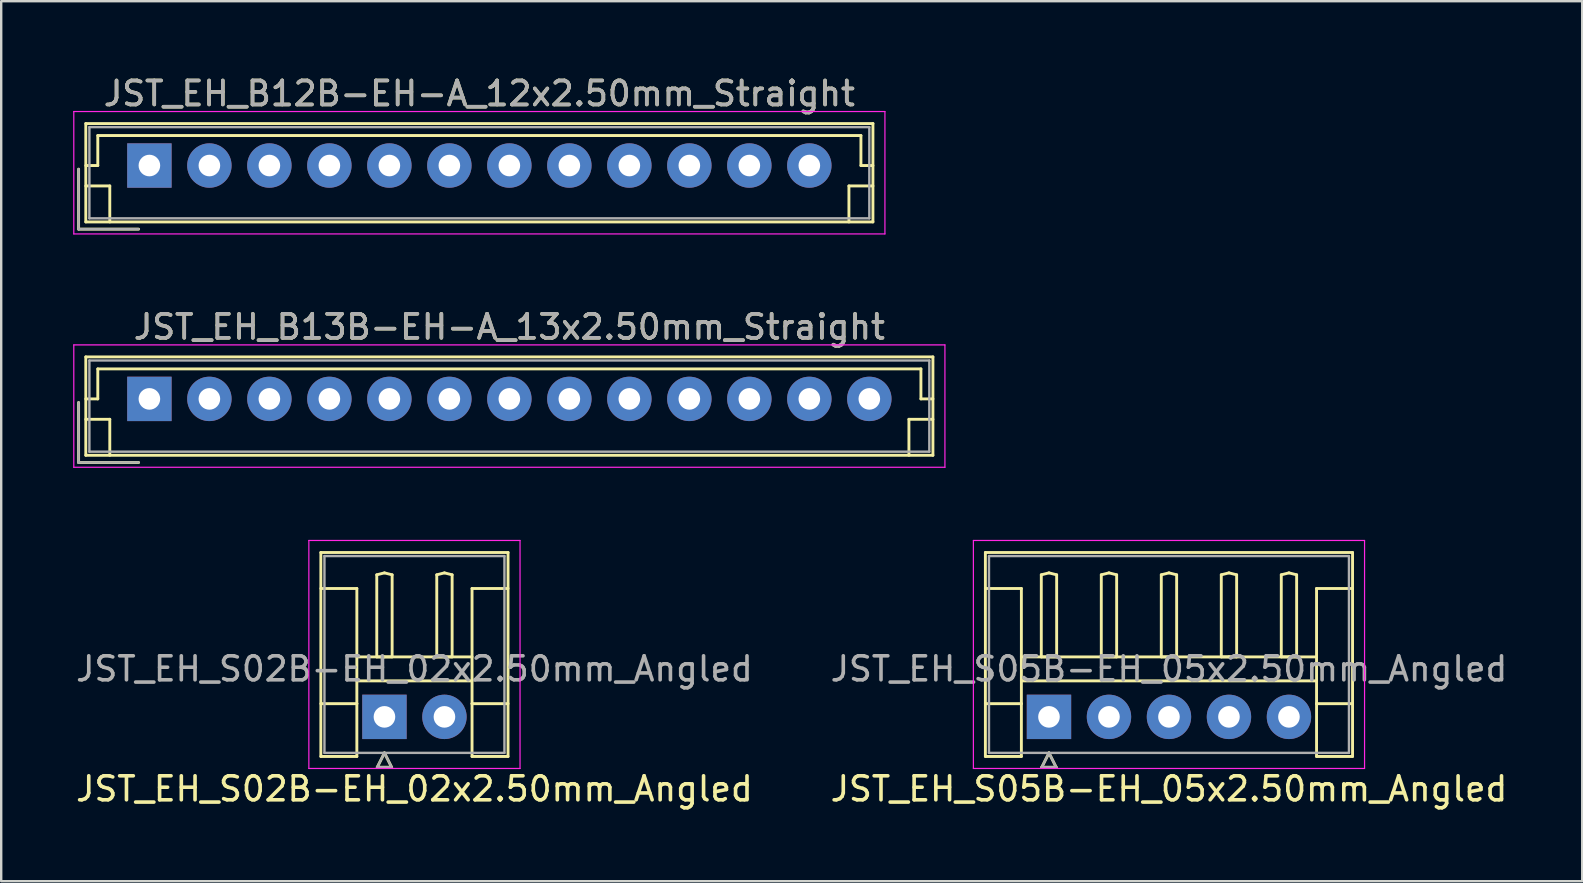
<source format=kicad_pcb>
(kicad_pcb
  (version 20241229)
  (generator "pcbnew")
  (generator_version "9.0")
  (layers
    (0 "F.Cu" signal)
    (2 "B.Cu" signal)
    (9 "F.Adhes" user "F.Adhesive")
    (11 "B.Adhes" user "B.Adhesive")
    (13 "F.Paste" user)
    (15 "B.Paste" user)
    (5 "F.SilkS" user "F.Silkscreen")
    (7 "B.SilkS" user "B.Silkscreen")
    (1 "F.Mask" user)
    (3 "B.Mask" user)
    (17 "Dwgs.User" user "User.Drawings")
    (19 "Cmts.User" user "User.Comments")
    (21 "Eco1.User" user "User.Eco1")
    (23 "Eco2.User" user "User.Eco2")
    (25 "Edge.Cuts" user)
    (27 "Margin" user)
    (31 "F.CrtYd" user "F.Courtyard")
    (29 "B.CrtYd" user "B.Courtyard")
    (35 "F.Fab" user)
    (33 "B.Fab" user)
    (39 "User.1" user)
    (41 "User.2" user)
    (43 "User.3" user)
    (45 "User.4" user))
  (footprint "JST_EH_S05B-EH_05x2.50mm_Angled"
    (layer "F.Cu")
    (at 40.661 26.822)
    (property "Reference" "JST_EH_S05B-EH_05x2.50mm_Angled" (at 5 3 0) (layer "F.SilkS") (effects (font (size 1 1) (thickness 0.15))))
    (attr through_hole)
    (fp_line (start -2.65 -6.85) (end 12.65 -6.85) (stroke (width 0.12) (type solid)) (layer "F.SilkS"))
    (fp_line (start -2.65 -5.35) (end -1.15 -5.35) (stroke (width 0.12) (type solid)) (layer "F.SilkS"))
    (fp_line (start -2.65 1.65) (end -2.65 -6.85) (stroke (width 0.12) (type solid)) (layer "F.SilkS"))
    (fp_line (start -1.15 -5.35) (end -1.15 -0.55) (stroke (width 0.12) (type solid)) (layer "F.SilkS"))
    (fp_line (start -1.15 -2.5) (end 11.15 -2.5) (stroke (width 0.12) (type solid)) (layer "F.SilkS"))
    (fp_line (start -1.15 -1.5) (end 11.15 -1.5) (stroke (width 0.12) (type solid)) (layer "F.SilkS"))
    (fp_line (start -1.15 -0.55) (end -2.65 -0.55) (stroke (width 0.12) (type solid)) (layer "F.SilkS"))
    (fp_line (start -1.15 -0.55) (end -1.15 1.65) (stroke (width 0.12) (type solid)) (layer "F.SilkS"))
    (fp_line (start -1.15 1.65) (end -2.65 1.65) (stroke (width 0.12) (type solid)) (layer "F.SilkS"))
    (fp_line (start -0.32 -5.92) (end 0 -6) (stroke (width 0.12) (type solid)) (layer "F.SilkS"))
    (fp_line (start -0.32 -2.5) (end -0.32 -5.92) (stroke (width 0.12) (type solid)) (layer "F.SilkS"))
    (fp_line (start -0.3 2.1) (end 0.3 2.1) (stroke (width 0.12) (type solid)) (layer "F.SilkS"))
    (fp_line (start 0 -6) (end 0.32 -5.92) (stroke (width 0.12) (type solid)) (layer "F.SilkS"))
    (fp_line (start 0 -2.5) (end -0.32 -2.5) (stroke (width 0.12) (type solid)) (layer "F.SilkS"))
    (fp_line (start 0 1.5) (end -0.3 2.1) (stroke (width 0.12) (type solid)) (layer "F.SilkS"))
    (fp_line (start 0.3 2.1) (end 0 1.5) (stroke (width 0.12) (type solid)) (layer "F.SilkS"))
    (fp_line (start 0.32 -5.92) (end 0.32 -2.5) (stroke (width 0.12) (type solid)) (layer "F.SilkS"))
    (fp_line (start 0.32 -2.5) (end 0 -2.5) (stroke (width 0.12) (type solid)) (layer "F.SilkS"))
    (fp_line (start 2.18 -5.92) (end 2.5 -6) (stroke (width 0.12) (type solid)) (layer "F.SilkS"))
    (fp_line (start 2.18 -2.5) (end 2.18 -5.92) (stroke (width 0.12) (type solid)) (layer "F.SilkS"))
    (fp_line (start 2.5 -6) (end 2.82 -5.92) (stroke (width 0.12) (type solid)) (layer "F.SilkS"))
    (fp_line (start 2.5 -2.5) (end 2.18 -2.5) (stroke (width 0.12) (type solid)) (layer "F.SilkS"))
    (fp_line (start 2.82 -5.92) (end 2.82 -2.5) (stroke (width 0.12) (type solid)) (layer "F.SilkS"))
    (fp_line (start 2.82 -2.5) (end 2.5 -2.5) (stroke (width 0.12) (type solid)) (layer "F.SilkS"))
    (fp_line (start 4.68 -5.92) (end 5 -6) (stroke (width 0.12) (type solid)) (layer "F.SilkS"))
    (fp_line (start 4.68 -2.5) (end 4.68 -5.92) (stroke (width 0.12) (type solid)) (layer "F.SilkS"))
    (fp_line (start 5 -6) (end 5.32 -5.92) (stroke (width 0.12) (type solid)) (layer "F.SilkS"))
    (fp_line (start 5 -2.5) (end 4.68 -2.5) (stroke (width 0.12) (type solid)) (layer "F.SilkS"))
    (fp_line (start 5.32 -5.92) (end 5.32 -2.5) (stroke (width 0.12) (type solid)) (layer "F.SilkS"))
    (fp_line (start 5.32 -2.5) (end 5 -2.5) (stroke (width 0.12) (type solid)) (layer "F.SilkS"))
    (fp_line (start 7.18 -5.92) (end 7.5 -6) (stroke (width 0.12) (type solid)) (layer "F.SilkS"))
    (fp_line (start 7.18 -2.5) (end 7.18 -5.92) (stroke (width 0.12) (type solid)) (layer "F.SilkS"))
    (fp_line (start 7.5 -6) (end 7.82 -5.92) (stroke (width 0.12) (type solid)) (layer "F.SilkS"))
    (fp_line (start 7.5 -2.5) (end 7.18 -2.5) (stroke (width 0.12) (type solid)) (layer "F.SilkS"))
    (fp_line (start 7.82 -5.92) (end 7.82 -2.5) (stroke (width 0.12) (type solid)) (layer "F.SilkS"))
    (fp_line (start 7.82 -2.5) (end 7.5 -2.5) (stroke (width 0.12) (type solid)) (layer "F.SilkS"))
    (fp_line (start 9.68 -5.92) (end 10 -6) (stroke (width 0.12) (type solid)) (layer "F.SilkS"))
    (fp_line (start 9.68 -2.5) (end 9.68 -5.92) (stroke (width 0.12) (type solid)) (layer "F.SilkS"))
    (fp_line (start 10 -6) (end 10.32 -5.92) (stroke (width 0.12) (type solid)) (layer "F.SilkS"))
    (fp_line (start 10 -2.5) (end 9.68 -2.5) (stroke (width 0.12) (type solid)) (layer "F.SilkS"))
    (fp_line (start 10.32 -5.92) (end 10.32 -2.5) (stroke (width 0.12) (type solid)) (layer "F.SilkS"))
    (fp_line (start 10.32 -2.5) (end 10 -2.5) (stroke (width 0.12) (type solid)) (layer "F.SilkS"))
    (fp_line (start 11.15 -5.35) (end 11.15 -0.55) (stroke (width 0.12) (type solid)) (layer "F.SilkS"))
    (fp_line (start 11.15 -0.55) (end 12.65 -0.55) (stroke (width 0.12) (type solid)) (layer "F.SilkS"))
    (fp_line (start 11.15 1.65) (end 11.15 -0.55) (stroke (width 0.12) (type solid)) (layer "F.SilkS"))
    (fp_line (start 12.65 -6.85) (end 12.65 1.65) (stroke (width 0.12) (type solid)) (layer "F.SilkS"))
    (fp_line (start 12.65 -5.35) (end 11.15 -5.35) (stroke (width 0.12) (type solid)) (layer "F.SilkS"))
    (fp_line (start 12.65 1.65) (end 11.15 1.65) (stroke (width 0.12) (type solid)) (layer "F.SilkS"))
    (fp_line (start -3.15 -7.35) (end -3.15 2.15) (stroke (width 0.05) (type solid)) (layer "F.CrtYd"))
    (fp_line (start -3.15 2.15) (end 13.15 2.15) (stroke (width 0.05) (type solid)) (layer "F.CrtYd"))
    (fp_line (start 13.15 -7.35) (end -3.15 -7.35) (stroke (width 0.05) (type solid)) (layer "F.CrtYd"))
    (fp_line (start 13.15 2.15) (end 13.15 -7.35) (stroke (width 0.05) (type solid)) (layer "F.CrtYd"))
    (fp_line (start -2.5 -6.7) (end -2.5 1.5) (stroke (width 0.1) (type solid)) (layer "F.Fab"))
    (fp_line (start -2.5 1.5) (end 12.5 1.5) (stroke (width 0.1) (type solid)) (layer "F.Fab"))
    (fp_line (start -0.3 2.1) (end 0.3 2.1) (stroke (width 0.1) (type solid)) (layer "F.Fab"))
    (fp_line (start 0 1.5) (end -0.3 2.1) (stroke (width 0.1) (type solid)) (layer "F.Fab"))
    (fp_line (start 0.3 2.1) (end 0 1.5) (stroke (width 0.1) (type solid)) (layer "F.Fab"))
    (fp_line (start 12.5 -6.7) (end -2.5 -6.7) (stroke (width 0.1) (type solid)) (layer "F.Fab"))
    (fp_line (start 12.5 1.5) (end 12.5 -6.7) (stroke (width 0.1) (type solid)) (layer "F.Fab"))
    (fp_text user "${REFERENCE}" (at 5 -2 0) (layer "F.Fab") (effects (font (size 1 1) (thickness 0.15))))
    (pad "1" thru_hole rect (at 0 0) (size 1.85 1.85) (drill 0.9) (layers "*.Cu" "*.Mask"))
    (pad "2" thru_hole circle (at 2.5 0) (size 1.85 1.85) (drill 0.9) (layers "*.Cu" "*.Mask"))
    (pad "3" thru_hole circle (at 5 0) (size 1.85 1.85) (drill 0.9) (layers "*.Cu" "*.Mask"))
    (pad "4" thru_hole circle (at 7.5 0) (size 1.85 1.85) (drill 0.9) (layers "*.Cu" "*.Mask"))
    (pad "5" thru_hole circle (at 10 0) (size 1.85 1.85) (drill 0.9) (layers "*.Cu" "*.Mask")))
  (footprint "JST_EH_B13B-EH-A_13x2.50mm_Straight"
    (layer "F.Cu")
    (at 3.175 13.572)
    (property "Reference" "JST_EH_B13B-EH-A_13x2.50mm_Straight" (at 15 -3 0) (layer "F.SilkS") (effects (font (size 1 1) (thickness 0.15))))
    (attr through_hole)
    (fp_line (start -2.95 0.15) (end -2.95 2.65) (stroke (width 0.12) (type solid)) (layer "F.SilkS"))
    (fp_line (start -2.95 2.65) (end -0.45 2.65) (stroke (width 0.12) (type solid)) (layer "F.SilkS"))
    (fp_line (start -2.65 -1.75) (end -2.65 2.35) (stroke (width 0.12) (type solid)) (layer "F.SilkS"))
    (fp_line (start -2.65 0) (end -2.15 0) (stroke (width 0.12) (type solid)) (layer "F.SilkS"))
    (fp_line (start -2.65 0.85) (end -1.65 0.85) (stroke (width 0.12) (type solid)) (layer "F.SilkS"))
    (fp_line (start -2.65 2.35) (end 32.65 2.35) (stroke (width 0.12) (type solid)) (layer "F.SilkS"))
    (fp_line (start -2.15 -1.25) (end 32.15 -1.25) (stroke (width 0.12) (type solid)) (layer "F.SilkS"))
    (fp_line (start -2.15 0) (end -2.15 -1.25) (stroke (width 0.12) (type solid)) (layer "F.SilkS"))
    (fp_line (start -1.65 0.85) (end -1.65 2.35) (stroke (width 0.12) (type solid)) (layer "F.SilkS"))
    (fp_line (start 31.65 0.85) (end 31.65 2.35) (stroke (width 0.12) (type solid)) (layer "F.SilkS"))
    (fp_line (start 32.15 -1.25) (end 32.15 0) (stroke (width 0.12) (type solid)) (layer "F.SilkS"))
    (fp_line (start 32.15 0) (end 32.65 0) (stroke (width 0.12) (type solid)) (layer "F.SilkS"))
    (fp_line (start 32.65 -1.75) (end -2.65 -1.75) (stroke (width 0.12) (type solid)) (layer "F.SilkS"))
    (fp_line (start 32.65 0.85) (end 31.65 0.85) (stroke (width 0.12) (type solid)) (layer "F.SilkS"))
    (fp_line (start 32.65 2.35) (end 32.65 -1.75) (stroke (width 0.12) (type solid)) (layer "F.SilkS"))
    (fp_line (start -3.15 -2.25) (end -3.15 2.85) (stroke (width 0.05) (type solid)) (layer "F.CrtYd"))
    (fp_line (start -3.15 2.85) (end 33.15 2.85) (stroke (width 0.05) (type solid)) (layer "F.CrtYd"))
    (fp_line (start 33.15 -2.25) (end -3.15 -2.25) (stroke (width 0.05) (type solid)) (layer "F.CrtYd"))
    (fp_line (start 33.15 2.85) (end 33.15 -2.25) (stroke (width 0.05) (type solid)) (layer "F.CrtYd"))
    (fp_line (start -2.95 0.15) (end -2.95 2.65) (stroke (width 0.1) (type solid)) (layer "F.Fab"))
    (fp_line (start -2.95 2.65) (end -0.45 2.65) (stroke (width 0.1) (type solid)) (layer "F.Fab"))
    (fp_line (start -2.5 -1.6) (end -2.5 2.2) (stroke (width 0.1) (type solid)) (layer "F.Fab"))
    (fp_line (start -2.5 2.2) (end 32.5 2.2) (stroke (width 0.1) (type solid)) (layer "F.Fab"))
    (fp_line (start 32.5 -1.6) (end -2.5 -1.6) (stroke (width 0.1) (type solid)) (layer "F.Fab"))
    (fp_line (start 32.5 2.2) (end 32.5 -1.6) (stroke (width 0.1) (type solid)) (layer "F.Fab"))
    (fp_text user "${REFERENCE}" (at 15 -3 0) (layer "F.Fab") (effects (font (size 1 1) (thickness 0.15))))
    (pad "1" thru_hole rect (at 0 0) (size 1.85 1.85) (drill 0.9) (layers "*.Cu" "*.Mask"))
    (pad "2" thru_hole circle (at 2.5 0) (size 1.85 1.85) (drill 0.9) (layers "*.Cu" "*.Mask"))
    (pad "3" thru_hole circle (at 5 0) (size 1.85 1.85) (drill 0.9) (layers "*.Cu" "*.Mask"))
    (pad "4" thru_hole circle (at 7.5 0) (size 1.85 1.85) (drill 0.9) (layers "*.Cu" "*.Mask"))
    (pad "5" thru_hole circle (at 10 0) (size 1.85 1.85) (drill 0.9) (layers "*.Cu" "*.Mask"))
    (pad "6" thru_hole circle (at 12.5 0) (size 1.85 1.85) (drill 0.9) (layers "*.Cu" "*.Mask"))
    (pad "7" thru_hole circle (at 15 0) (size 1.85 1.85) (drill 0.9) (layers "*.Cu" "*.Mask"))
    (pad "8" thru_hole circle (at 17.5 0) (size 1.85 1.85) (drill 0.9) (layers "*.Cu" "*.Mask"))
    (pad "9" thru_hole circle (at 20 0) (size 1.85 1.85) (drill 0.9) (layers "*.Cu" "*.Mask"))
    (pad "10" thru_hole circle (at 22.5 0) (size 1.85 1.85) (drill 0.9) (layers "*.Cu" "*.Mask"))
    (pad "11" thru_hole circle (at 25 0) (size 1.85 1.85) (drill 0.9) (layers "*.Cu" "*.Mask"))
    (pad "12" thru_hole circle (at 27.5 0) (size 1.85 1.85) (drill 0.9) (layers "*.Cu" "*.Mask"))
    (pad "13" thru_hole circle (at 30 0) (size 1.85 1.85) (drill 0.9) (layers "*.Cu" "*.Mask")))
  (footprint "JST_EH_B12B-EH-A_12x2.50mm_Straight"
    (layer "F.Cu")
    (at 3.175 3.848)
    (property "Reference" "JST_EH_B12B-EH-A_12x2.50mm_Straight" (at 13.75 -3 0) (layer "F.SilkS") (effects (font (size 1 1) (thickness 0.15))))
    (attr through_hole)
    (fp_line (start -2.95 0.15) (end -2.95 2.65) (stroke (width 0.12) (type solid)) (layer "F.SilkS"))
    (fp_line (start -2.95 2.65) (end -0.45 2.65) (stroke (width 0.12) (type solid)) (layer "F.SilkS"))
    (fp_line (start -2.65 -1.75) (end -2.65 2.35) (stroke (width 0.12) (type solid)) (layer "F.SilkS"))
    (fp_line (start -2.65 0) (end -2.15 0) (stroke (width 0.12) (type solid)) (layer "F.SilkS"))
    (fp_line (start -2.65 0.85) (end -1.65 0.85) (stroke (width 0.12) (type solid)) (layer "F.SilkS"))
    (fp_line (start -2.65 2.35) (end 30.15 2.35) (stroke (width 0.12) (type solid)) (layer "F.SilkS"))
    (fp_line (start -2.15 -1.25) (end 29.65 -1.25) (stroke (width 0.12) (type solid)) (layer "F.SilkS"))
    (fp_line (start -2.15 0) (end -2.15 -1.25) (stroke (width 0.12) (type solid)) (layer "F.SilkS"))
    (fp_line (start -1.65 0.85) (end -1.65 2.35) (stroke (width 0.12) (type solid)) (layer "F.SilkS"))
    (fp_line (start 29.15 0.85) (end 29.15 2.35) (stroke (width 0.12) (type solid)) (layer "F.SilkS"))
    (fp_line (start 29.65 -1.25) (end 29.65 0) (stroke (width 0.12) (type solid)) (layer "F.SilkS"))
    (fp_line (start 29.65 0) (end 30.15 0) (stroke (width 0.12) (type solid)) (layer "F.SilkS"))
    (fp_line (start 30.15 -1.75) (end -2.65 -1.75) (stroke (width 0.12) (type solid)) (layer "F.SilkS"))
    (fp_line (start 30.15 0.85) (end 29.15 0.85) (stroke (width 0.12) (type solid)) (layer "F.SilkS"))
    (fp_line (start 30.15 2.35) (end 30.15 -1.75) (stroke (width 0.12) (type solid)) (layer "F.SilkS"))
    (fp_line (start -3.15 -2.25) (end -3.15 2.85) (stroke (width 0.05) (type solid)) (layer "F.CrtYd"))
    (fp_line (start -3.15 2.85) (end 30.65 2.85) (stroke (width 0.05) (type solid)) (layer "F.CrtYd"))
    (fp_line (start 30.65 -2.25) (end -3.15 -2.25) (stroke (width 0.05) (type solid)) (layer "F.CrtYd"))
    (fp_line (start 30.65 2.85) (end 30.65 -2.25) (stroke (width 0.05) (type solid)) (layer "F.CrtYd"))
    (fp_line (start -2.95 0.15) (end -2.95 2.65) (stroke (width 0.1) (type solid)) (layer "F.Fab"))
    (fp_line (start -2.95 2.65) (end -0.45 2.65) (stroke (width 0.1) (type solid)) (layer "F.Fab"))
    (fp_line (start -2.5 -1.6) (end -2.5 2.2) (stroke (width 0.1) (type solid)) (layer "F.Fab"))
    (fp_line (start -2.5 2.2) (end 30 2.2) (stroke (width 0.1) (type solid)) (layer "F.Fab"))
    (fp_line (start 30 -1.6) (end -2.5 -1.6) (stroke (width 0.1) (type solid)) (layer "F.Fab"))
    (fp_line (start 30 2.2) (end 30 -1.6) (stroke (width 0.1) (type solid)) (layer "F.Fab"))
    (fp_text user "${REFERENCE}" (at 13.75 -3 0) (layer "F.Fab") (effects (font (size 1 1) (thickness 0.15))))
    (pad "1" thru_hole rect (at 0 0) (size 1.85 1.85) (drill 0.9) (layers "*.Cu" "*.Mask"))
    (pad "2" thru_hole circle (at 2.5 0) (size 1.85 1.85) (drill 0.9) (layers "*.Cu" "*.Mask"))
    (pad "3" thru_hole circle (at 5 0) (size 1.85 1.85) (drill 0.9) (layers "*.Cu" "*.Mask"))
    (pad "4" thru_hole circle (at 7.5 0) (size 1.85 1.85) (drill 0.9) (layers "*.Cu" "*.Mask"))
    (pad "5" thru_hole circle (at 10 0) (size 1.85 1.85) (drill 0.9) (layers "*.Cu" "*.Mask"))
    (pad "6" thru_hole circle (at 12.5 0) (size 1.85 1.85) (drill 0.9) (layers "*.Cu" "*.Mask"))
    (pad "7" thru_hole circle (at 15 0) (size 1.85 1.85) (drill 0.9) (layers "*.Cu" "*.Mask"))
    (pad "8" thru_hole circle (at 17.5 0) (size 1.85 1.85) (drill 0.9) (layers "*.Cu" "*.Mask"))
    (pad "9" thru_hole circle (at 20 0) (size 1.85 1.85) (drill 0.9) (layers "*.Cu" "*.Mask"))
    (pad "10" thru_hole circle (at 22.5 0) (size 1.85 1.85) (drill 0.9) (layers "*.Cu" "*.Mask"))
    (pad "11" thru_hole circle (at 25 0) (size 1.85 1.85) (drill 0.9) (layers "*.Cu" "*.Mask"))
    (pad "12" thru_hole circle (at 27.5 0) (size 1.85 1.85) (drill 0.9) (layers "*.Cu" "*.Mask")))
  (footprint "JST_EH_S02B-EH_02x2.50mm_Angled"
    (layer "F.Cu")
    (at 12.97 26.822)
    (property "Reference" "JST_EH_S02B-EH_02x2.50mm_Angled" (at 1.25 3 0) (layer "F.SilkS") (effects (font (size 1 1) (thickness 0.15))))
    (attr through_hole)
    (fp_line (start -2.65 -6.85) (end 5.15 -6.85) (stroke (width 0.12) (type solid)) (layer "F.SilkS"))
    (fp_line (start -2.65 -5.35) (end -1.15 -5.35) (stroke (width 0.12) (type solid)) (layer "F.SilkS"))
    (fp_line (start -2.65 1.65) (end -2.65 -6.85) (stroke (width 0.12) (type solid)) (layer "F.SilkS"))
    (fp_line (start -1.15 -5.35) (end -1.15 -0.55) (stroke (width 0.12) (type solid)) (layer "F.SilkS"))
    (fp_line (start -1.15 -2.5) (end 3.65 -2.5) (stroke (width 0.12) (type solid)) (layer "F.SilkS"))
    (fp_line (start -1.15 -1.5) (end 3.65 -1.5) (stroke (width 0.12) (type solid)) (layer "F.SilkS"))
    (fp_line (start -1.15 -0.55) (end -2.65 -0.55) (stroke (width 0.12) (type solid)) (layer "F.SilkS"))
    (fp_line (start -1.15 -0.55) (end -1.15 1.65) (stroke (width 0.12) (type solid)) (layer "F.SilkS"))
    (fp_line (start -1.15 1.65) (end -2.65 1.65) (stroke (width 0.12) (type solid)) (layer "F.SilkS"))
    (fp_line (start -0.32 -5.92) (end 0 -6) (stroke (width 0.12) (type solid)) (layer "F.SilkS"))
    (fp_line (start -0.32 -2.5) (end -0.32 -5.92) (stroke (width 0.12) (type solid)) (layer "F.SilkS"))
    (fp_line (start -0.3 2.1) (end 0.3 2.1) (stroke (width 0.12) (type solid)) (layer "F.SilkS"))
    (fp_line (start 0 -6) (end 0.32 -5.92) (stroke (width 0.12) (type solid)) (layer "F.SilkS"))
    (fp_line (start 0 -2.5) (end -0.32 -2.5) (stroke (width 0.12) (type solid)) (layer "F.SilkS"))
    (fp_line (start 0 1.5) (end -0.3 2.1) (stroke (width 0.12) (type solid)) (layer "F.SilkS"))
    (fp_line (start 0.3 2.1) (end 0 1.5) (stroke (width 0.12) (type solid)) (layer "F.SilkS"))
    (fp_line (start 0.32 -5.92) (end 0.32 -2.5) (stroke (width 0.12) (type solid)) (layer "F.SilkS"))
    (fp_line (start 0.32 -2.5) (end 0 -2.5) (stroke (width 0.12) (type solid)) (layer "F.SilkS"))
    (fp_line (start 2.18 -5.92) (end 2.5 -6) (stroke (width 0.12) (type solid)) (layer "F.SilkS"))
    (fp_line (start 2.18 -2.5) (end 2.18 -5.92) (stroke (width 0.12) (type solid)) (layer "F.SilkS"))
    (fp_line (start 2.5 -6) (end 2.82 -5.92) (stroke (width 0.12) (type solid)) (layer "F.SilkS"))
    (fp_line (start 2.5 -2.5) (end 2.18 -2.5) (stroke (width 0.12) (type solid)) (layer "F.SilkS"))
    (fp_line (start 2.82 -5.92) (end 2.82 -2.5) (stroke (width 0.12) (type solid)) (layer "F.SilkS"))
    (fp_line (start 2.82 -2.5) (end 2.5 -2.5) (stroke (width 0.12) (type solid)) (layer "F.SilkS"))
    (fp_line (start 3.65 -5.35) (end 3.65 -0.55) (stroke (width 0.12) (type solid)) (layer "F.SilkS"))
    (fp_line (start 3.65 -0.55) (end 5.15 -0.55) (stroke (width 0.12) (type solid)) (layer "F.SilkS"))
    (fp_line (start 3.65 1.65) (end 3.65 -0.55) (stroke (width 0.12) (type solid)) (layer "F.SilkS"))
    (fp_line (start 5.15 -6.85) (end 5.15 1.65) (stroke (width 0.12) (type solid)) (layer "F.SilkS"))
    (fp_line (start 5.15 -5.35) (end 3.65 -5.35) (stroke (width 0.12) (type solid)) (layer "F.SilkS"))
    (fp_line (start 5.15 1.65) (end 3.65 1.65) (stroke (width 0.12) (type solid)) (layer "F.SilkS"))
    (fp_line (start -3.15 -7.35) (end -3.15 2.15) (stroke (width 0.05) (type solid)) (layer "F.CrtYd"))
    (fp_line (start -3.15 2.15) (end 5.65 2.15) (stroke (width 0.05) (type solid)) (layer "F.CrtYd"))
    (fp_line (start 5.65 -7.35) (end -3.15 -7.35) (stroke (width 0.05) (type solid)) (layer "F.CrtYd"))
    (fp_line (start 5.65 2.15) (end 5.65 -7.35) (stroke (width 0.05) (type solid)) (layer "F.CrtYd"))
    (fp_line (start -2.5 -6.7) (end -2.5 1.5) (stroke (width 0.1) (type solid)) (layer "F.Fab"))
    (fp_line (start -2.5 1.5) (end 5 1.5) (stroke (width 0.1) (type solid)) (layer "F.Fab"))
    (fp_line (start -0.3 2.1) (end 0.3 2.1) (stroke (width 0.1) (type solid)) (layer "F.Fab"))
    (fp_line (start 0 1.5) (end -0.3 2.1) (stroke (width 0.1) (type solid)) (layer "F.Fab"))
    (fp_line (start 0.3 2.1) (end 0 1.5) (stroke (width 0.1) (type solid)) (layer "F.Fab"))
    (fp_line (start 5 -6.7) (end -2.5 -6.7) (stroke (width 0.1) (type solid)) (layer "F.Fab"))
    (fp_line (start 5 1.5) (end 5 -6.7) (stroke (width 0.1) (type solid)) (layer "F.Fab"))
    (fp_text user "${REFERENCE}" (at 1.25 -2 0) (layer "F.Fab") (effects (font (size 1 1) (thickness 0.15))))
    (pad "1" thru_hole rect (at 0 0) (size 1.85 1.85) (drill 0.9) (layers "*.Cu" "*.Mask"))
    (pad "2" thru_hole circle (at 2.5 0) (size 1.85 1.85) (drill 0.9) (layers "*.Cu" "*.Mask")))
  (gr_rect
    (start -3 -3)
    (end 62.881 33.67)
    (stroke (width 0.1) (type default))
    (fill no)
    (layer "Edge.Cuts")))
</source>
